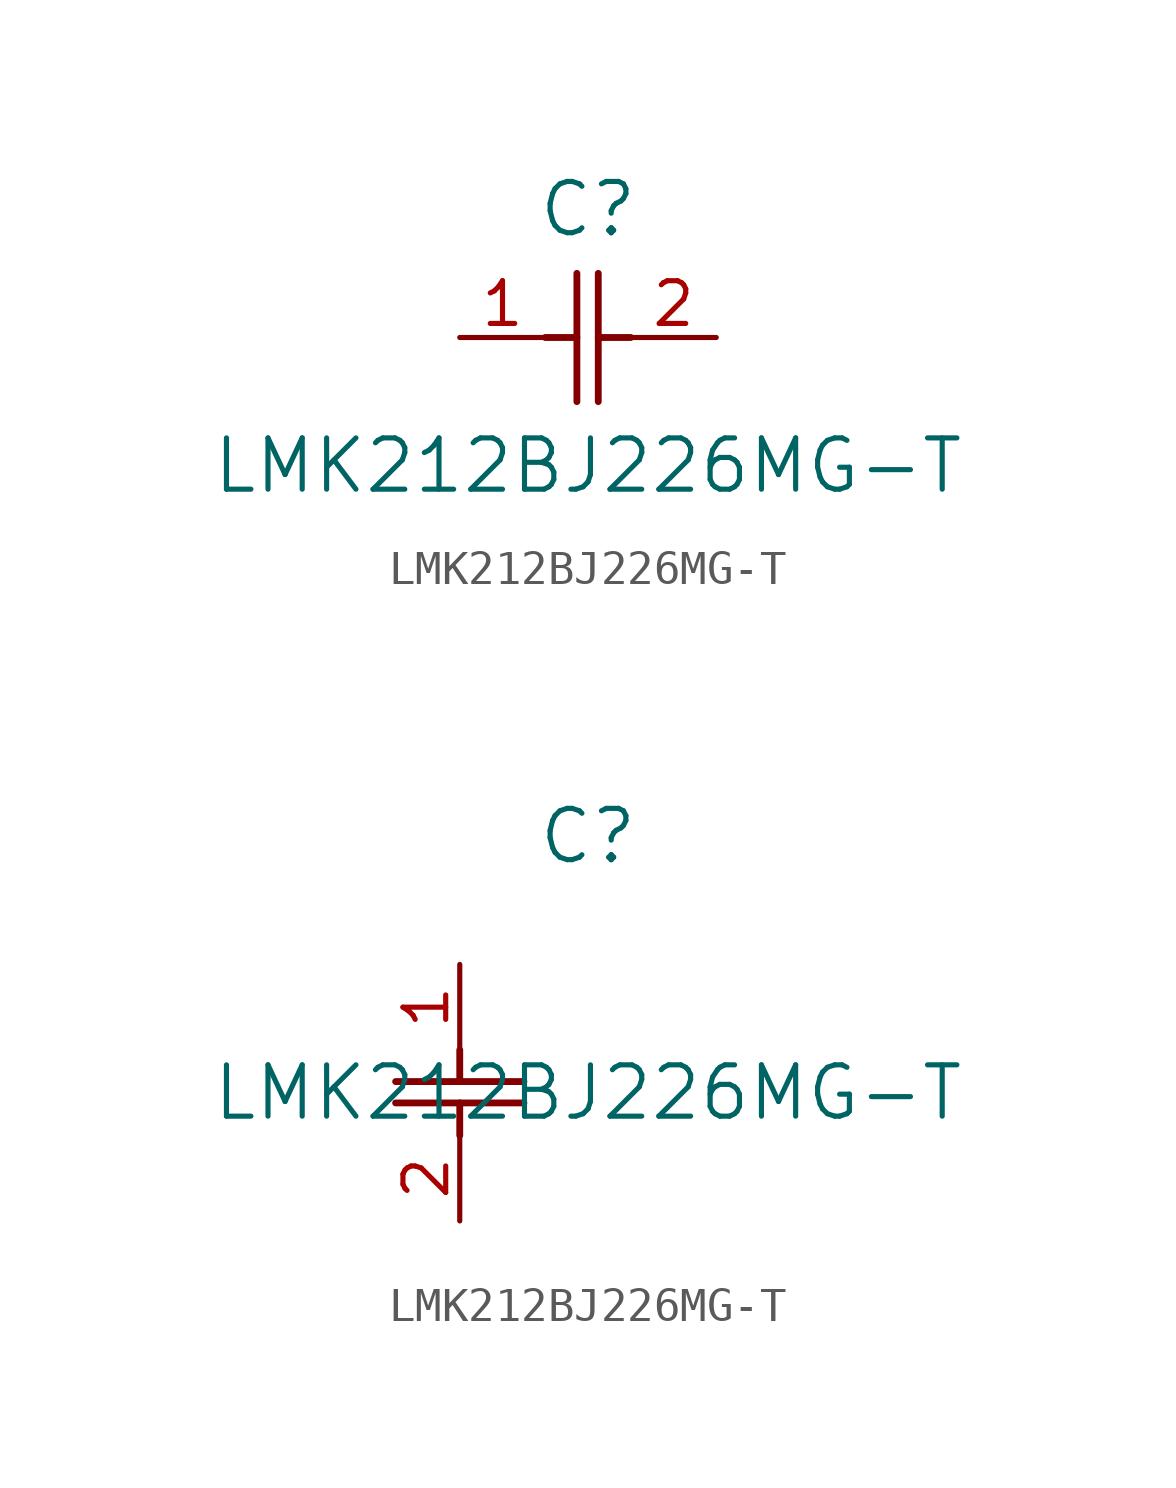
<source format=kicad_sym>
(kicad_symbol_lib
  (version 20211014)
  (generator kicad_symbol_editor)
  (symbol "LMK212BJ226MG-T"
    (pin_names
      (offset 0.254))
    (property "Reference" "C"
      (at 3.81 3.81 0)
      (effects (font (size 1.524 1.524))))
    (property "Value" "LMK212BJ226MG-T"
      (at 3.81 -3.81 0)
      (effects (font (size 1.524 1.524))))
    (symbol "LMK212BJ226MG-T_1_1"
      (polyline (pts (xy 3.48 -1.905) (xy 3.48 1.905)) (stroke (width 0.203) (type default) (color 0 0 0 0)) (fill (type none)))
      (polyline (pts (xy 4.115 -1.905) (xy 4.115 1.905)) (stroke (width 0.203) (type default) (color 0 0 0 0)) (fill (type none)))
      (polyline (pts (xy 4.115 0) (xy 5.08 0)) (stroke (width 0.203) (type default) (color 0 0 0 0)) (fill (type none)))
      (polyline (pts (xy 2.54 0) (xy 3.48 0)) (stroke (width 0.203) (type default) (color 0 0 0 0)) (fill (type none)))
      (pin unspecified line (at 0 0 0) (length 2.54) (name "" (effects (font (size 1.27 1.27)))) (number "1" (effects (font (size 1.27 1.27)))))
      (pin unspecified line (at 7.62 0 180) (length 2.54) (name "" (effects (font (size 1.27 1.27)))) (number "2" (effects (font (size 1.27 1.27))))))
    (symbol "LMK212BJ226MG-T_1_2"
      (polyline (pts (xy -1.905 -3.48) (xy 1.905 -3.48)) (stroke (width 0.203) (type default) (color 0 0 0 0)) (fill (type none)))
      (polyline (pts (xy -1.905 -4.115) (xy 1.905 -4.115)) (stroke (width 0.203) (type default) (color 0 0 0 0)) (fill (type none)))
      (polyline (pts (xy 0 -4.115) (xy 0 -5.08)) (stroke (width 0.203) (type default) (color 0 0 0 0)) (fill (type none)))
      (polyline (pts (xy 0 -2.54) (xy 0 -3.48)) (stroke (width 0.203) (type default) (color 0 0 0 0)) (fill (type none)))
      (pin unspecified line (at 0 0 270) (length 2.54) (name "" (effects (font (size 1.27 1.27)))) (number "1" (effects (font (size 1.27 1.27)))))
      (pin unspecified line (at 0 -7.62 90) (length 2.54) (name "" (effects (font (size 1.27 1.27)))) (number "2" (effects (font (size 1.27 1.27))))))))
</source>
